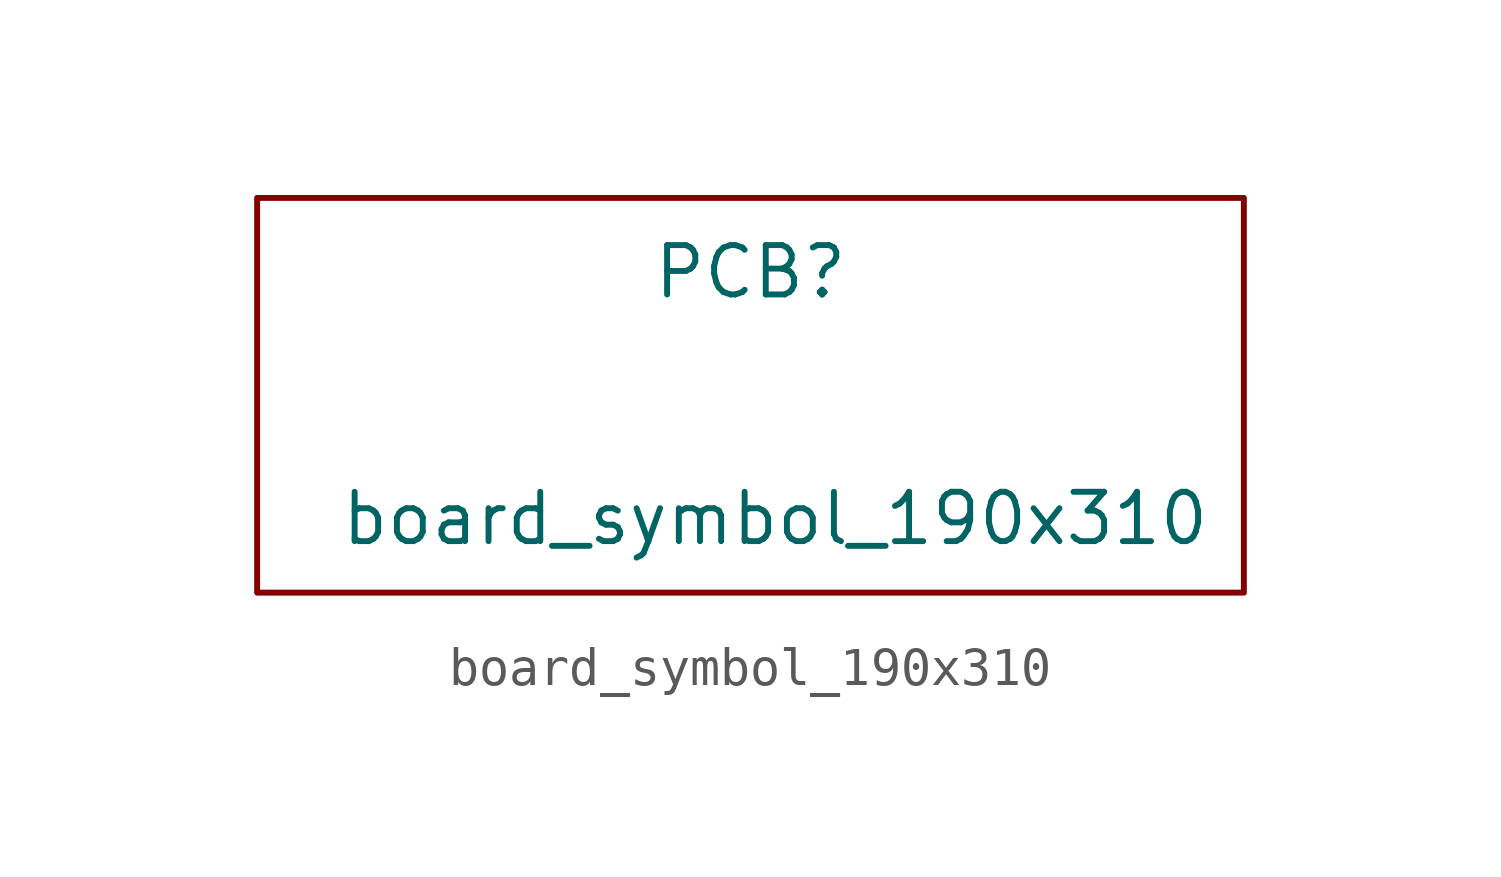
<source format=kicad_sym>
(kicad_symbol_lib
  (version 20210619)
  (generator kicad_symbol_editor)
  (symbol "my_Library:board_symbol_190x310"
    (property "Reference" "PCB"
      (at 12.7 -1.905 0)
      (effects (font (size 1.27 1.27))))
    (property "Value" "board_symbol_190x310"
      (at 13.335 -8.255 0)
      (effects (font (size 1.27 1.27))))
    (symbol "board_symbol_190x310_0_1"
      (rectangle (start 0 0) (end 25.4 -10.16) (stroke (width 0.152)) (fill (type none))))))
</source>
